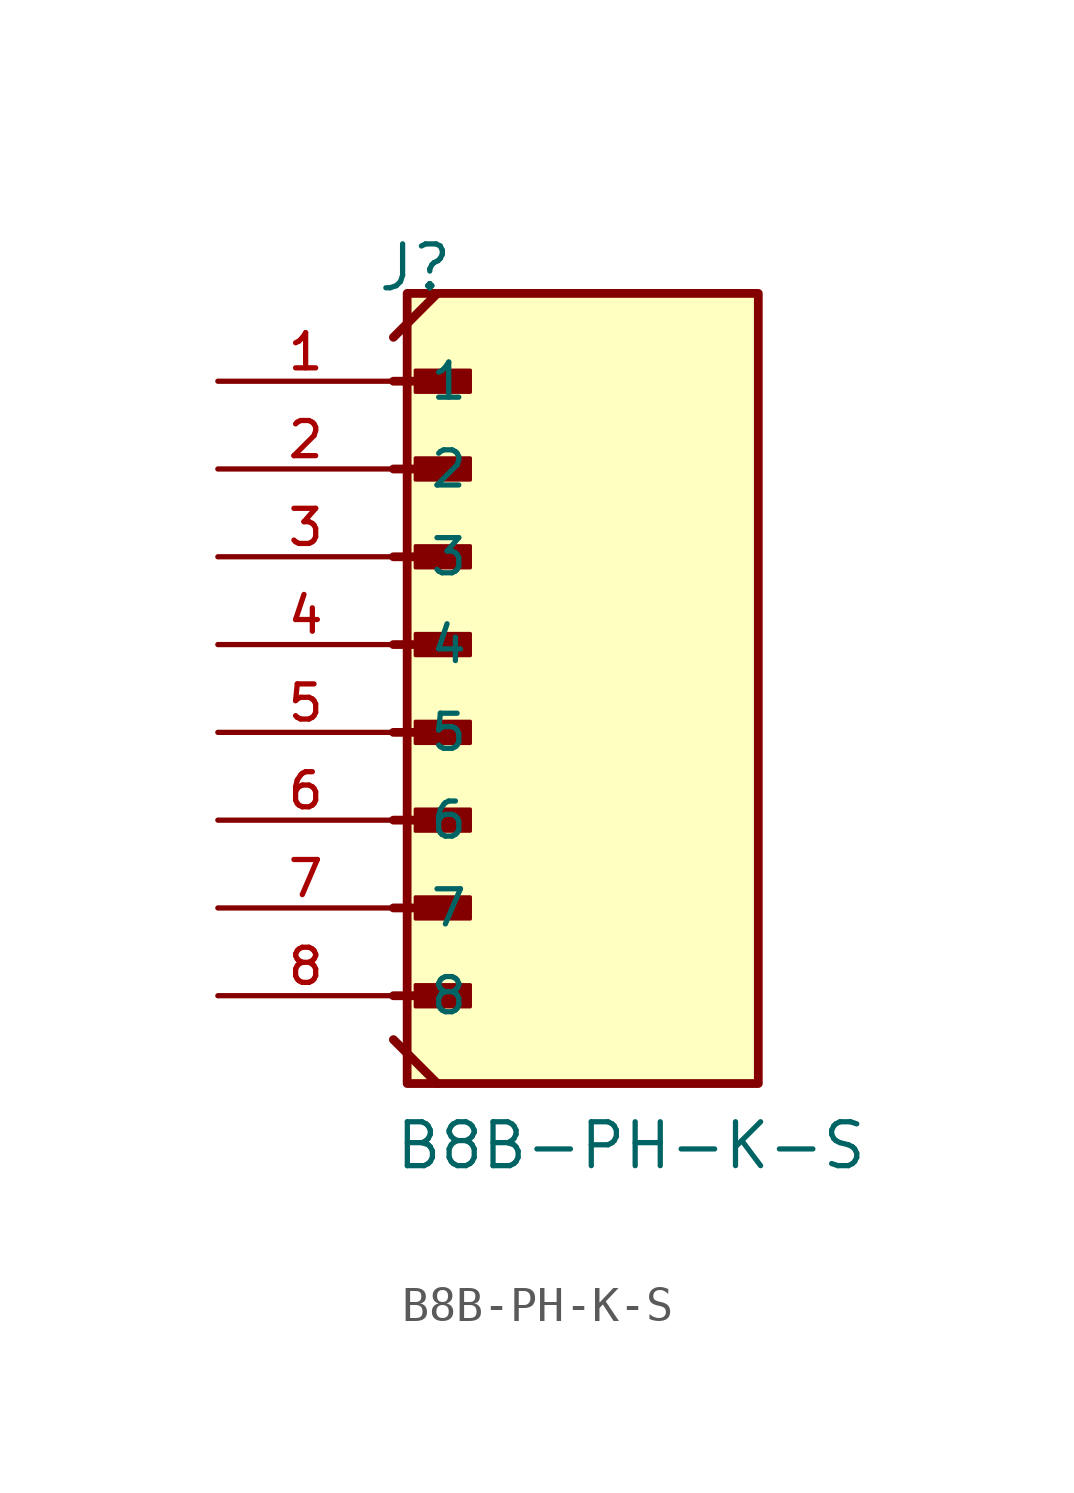
<source format=kicad_sym>
(kicad_symbol_lib
  (version 20211014)
  (generator kicad_symbol_editor)
  (symbol "B8B-PH-K-S"
    (pin_names
      (offset 1.016))
    (property "Reference" "J"
      (at -5.58 12.7 0)
      (effects (font (size 1.27 1.27)) (justify bottom left)))
    (property "Value" "B8B-PH-K-S"
      (at -5.08 -12.7 0)
      (effects (font (size 1.27 1.27)) (justify bottom left)))
    (symbol "B8B-PH-K-S_0_0"
      (polyline (pts (xy -5.08 10.16) (xy -3.175 10.16)) (stroke (width 0.254)))
      (rectangle (start -4.445 9.842) (end -2.857 10.477) (stroke (width 0.1)) (fill (type outline)))
      (polyline (pts (xy -5.08 7.62) (xy -3.175 7.62)) (stroke (width 0.254)))
      (rectangle (start -4.445 7.303) (end -2.857 7.938) (stroke (width 0.1)) (fill (type outline)))
      (polyline (pts (xy -5.08 5.08) (xy -3.175 5.08)) (stroke (width 0.254)))
      (rectangle (start -4.445 4.763) (end -2.857 5.397) (stroke (width 0.1)) (fill (type outline)))
      (polyline (pts (xy -5.08 2.54) (xy -3.175 2.54)) (stroke (width 0.254)))
      (rectangle (start -4.445 2.223) (end -2.857 2.857) (stroke (width 0.1)) (fill (type outline)))
      (polyline (pts (xy -5.08 0.0) (xy -3.175 0.0)) (stroke (width 0.254)))
      (rectangle (start -4.445 -0.318) (end -2.857 0.318) (stroke (width 0.1)) (fill (type outline)))
      (polyline (pts (xy -5.08 -2.54) (xy -3.175 -2.54)) (stroke (width 0.254)))
      (rectangle (start -4.445 -2.857) (end -2.857 -2.223) (stroke (width 0.1)) (fill (type outline)))
      (polyline (pts (xy -5.08 -5.08) (xy -3.175 -5.08)) (stroke (width 0.254)))
      (rectangle (start -4.445 -5.397) (end -2.857 -4.763) (stroke (width 0.1)) (fill (type outline)))
      (polyline (pts (xy -5.08 -7.62) (xy -3.175 -7.62)) (stroke (width 0.254)))
      (rectangle (start -4.445 -7.938) (end -2.857 -7.303) (stroke (width 0.1)) (fill (type outline)))
      (polyline (pts (xy -5.08 -8.89) (xy -3.81 -10.16)) (stroke (width 0.254)))
      (polyline (pts (xy -5.08 11.43) (xy -3.81 12.7)) (stroke (width 0.254)))
      (rectangle (start -4.683 -10.16) (end 5.477 12.7) (stroke (width 0.254)) (fill (type background)))
      (pin passive line (at -10.16 10.16 0) (length 5.08) (name "1" (effects (font (size 1.016 1.016)))) (number "1" (effects (font (size 1.016 1.016)))))
      (pin passive line (at -10.16 7.62 0) (length 5.08) (name "2" (effects (font (size 1.016 1.016)))) (number "2" (effects (font (size 1.016 1.016)))))
      (pin passive line (at -10.16 5.08 0) (length 5.08) (name "3" (effects (font (size 1.016 1.016)))) (number "3" (effects (font (size 1.016 1.016)))))
      (pin passive line (at -10.16 2.54 0) (length 5.08) (name "4" (effects (font (size 1.016 1.016)))) (number "4" (effects (font (size 1.016 1.016)))))
      (pin passive line (at -10.16 0.0 0) (length 5.08) (name "5" (effects (font (size 1.016 1.016)))) (number "5" (effects (font (size 1.016 1.016)))))
      (pin passive line (at -10.16 -2.54 0) (length 5.08) (name "6" (effects (font (size 1.016 1.016)))) (number "6" (effects (font (size 1.016 1.016)))))
      (pin passive line (at -10.16 -5.08 0) (length 5.08) (name "7" (effects (font (size 1.016 1.016)))) (number "7" (effects (font (size 1.016 1.016)))))
      (pin passive line (at -10.16 -7.62 0) (length 5.08) (name "8" (effects (font (size 1.016 1.016)))) (number "8" (effects (font (size 1.016 1.016))))))))
</source>
